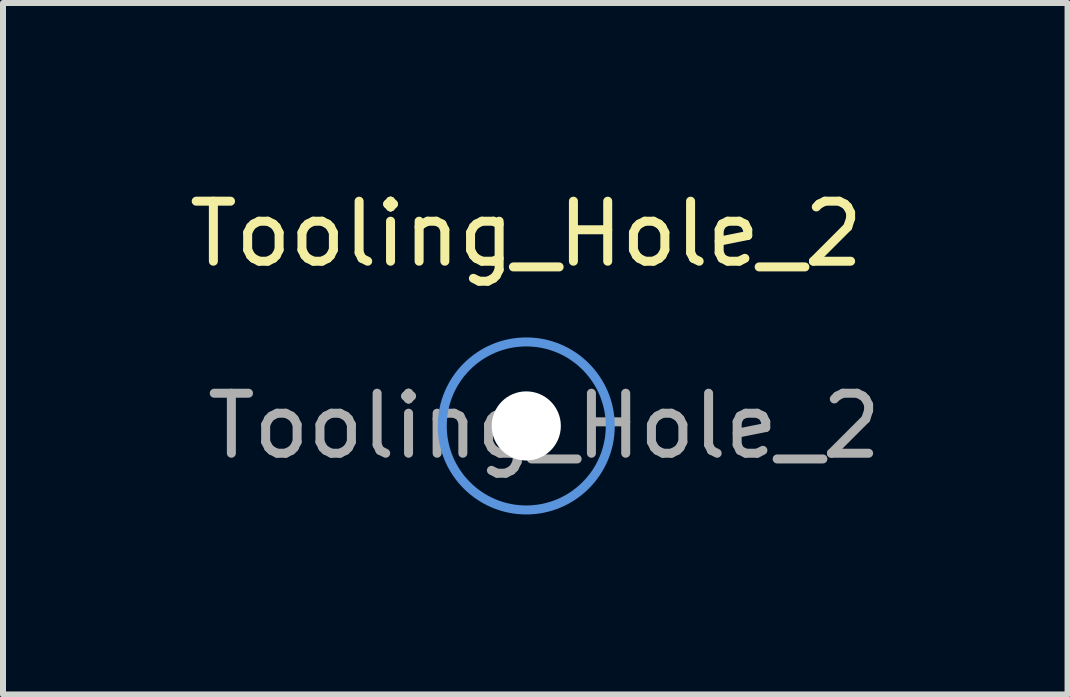
<source format=kicad_pcb>
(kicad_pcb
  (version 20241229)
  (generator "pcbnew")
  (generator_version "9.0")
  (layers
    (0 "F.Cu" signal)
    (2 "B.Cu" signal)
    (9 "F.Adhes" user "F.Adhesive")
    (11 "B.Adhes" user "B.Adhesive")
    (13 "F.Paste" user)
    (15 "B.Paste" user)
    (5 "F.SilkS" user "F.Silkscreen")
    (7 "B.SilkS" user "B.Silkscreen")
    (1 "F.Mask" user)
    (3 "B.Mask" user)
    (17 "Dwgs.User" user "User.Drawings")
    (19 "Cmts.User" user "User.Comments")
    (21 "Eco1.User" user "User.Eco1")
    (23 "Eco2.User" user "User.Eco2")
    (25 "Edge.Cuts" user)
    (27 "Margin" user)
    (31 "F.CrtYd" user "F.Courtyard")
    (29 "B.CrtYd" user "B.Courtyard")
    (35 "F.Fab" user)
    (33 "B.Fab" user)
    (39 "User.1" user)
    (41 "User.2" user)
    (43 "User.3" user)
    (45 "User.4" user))
  (footprint "Tooling_Hole_2"
    (layer "F.Cu")
    (at 5.72 4.048)
    (property "Reference" "Tooling_Hole_2" (at 0 -3.2 0) (layer "F.SilkS") (effects (font (size 1 1) (thickness 0.15))))
    (attr exclude_from_pos_files exclude_from_bom)
    (fp_circle (center 0 0) (end 1.4 0) (stroke (width 0.15) (type solid)) (fill no) (layer "Cmts.User"))
    (fp_circle (center 0 0) (end 1.4 0) (stroke (width 0.05) (type solid)) (fill no) (layer "F.CrtYd"))
    (fp_text user "${REFERENCE}" (at 0.3 0 0) (layer "F.Fab") (effects (font (size 1 1) (thickness 0.15))))
    (pad "" np_thru_hole circle (at 0 0) (size 1.152 1.152) (drill 1.152) (layers "*.Cu" "*.Mask")))
  (gr_rect
    (start -3 -3)
    (end 14.74 8.523)
    (stroke (width 0.1) (type default))
    (fill no)
    (layer "Edge.Cuts")))
</source>
